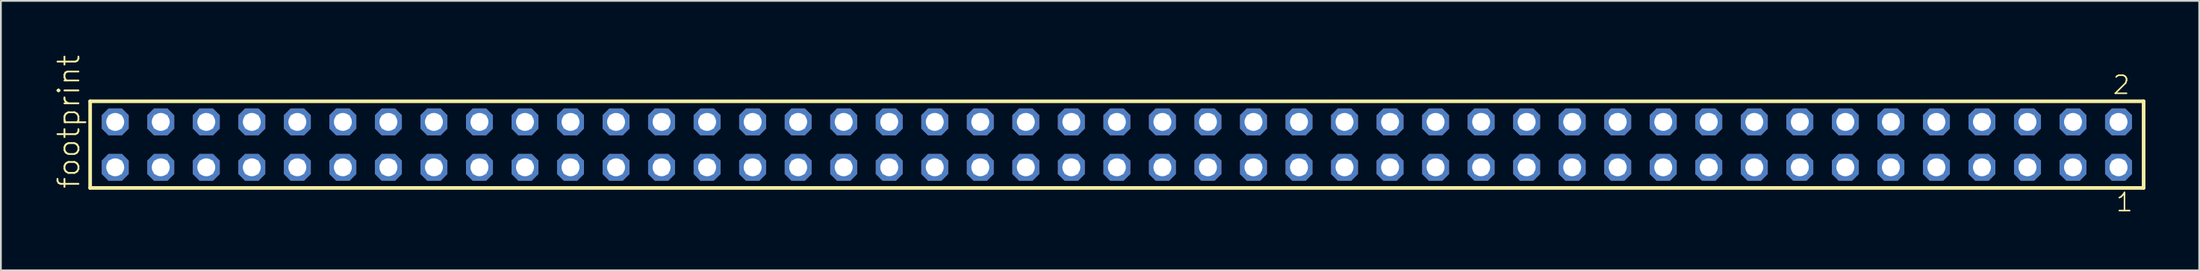
<source format=kicad_pcb>
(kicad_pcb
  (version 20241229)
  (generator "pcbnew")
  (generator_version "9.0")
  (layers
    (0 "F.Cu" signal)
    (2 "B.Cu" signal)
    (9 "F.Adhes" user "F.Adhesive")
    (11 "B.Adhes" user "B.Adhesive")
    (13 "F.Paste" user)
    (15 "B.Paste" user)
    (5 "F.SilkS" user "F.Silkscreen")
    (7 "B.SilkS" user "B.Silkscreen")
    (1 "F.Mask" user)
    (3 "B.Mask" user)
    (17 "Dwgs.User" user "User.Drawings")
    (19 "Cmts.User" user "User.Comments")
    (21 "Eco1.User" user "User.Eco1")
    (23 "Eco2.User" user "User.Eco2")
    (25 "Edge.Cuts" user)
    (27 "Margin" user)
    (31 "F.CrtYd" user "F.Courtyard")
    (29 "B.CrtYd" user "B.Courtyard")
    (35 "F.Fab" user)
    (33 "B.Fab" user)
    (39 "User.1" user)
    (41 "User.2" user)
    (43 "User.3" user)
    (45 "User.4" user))
  (footprint "footprint"
    (layer "F.Cu")
    (at 59.258 5.042)
    (property "Reference" "footprint" (at -57.785 2.54 90) (layer "F.SilkS") (effects (font (size 1.168 1.168) (thickness 0.102)) (justify left bottom)))
    (fp_line (start -57.279 -2.425) (end 57.279 -2.425) (stroke (width 0.203) (type solid)) (layer "F.SilkS"))
    (fp_line (start -57.279 2.425) (end -57.279 -2.425) (stroke (width 0.203) (type solid)) (layer "F.SilkS"))
    (fp_line (start 57.279 -2.425) (end 57.279 2.425) (stroke (width 0.203) (type solid)) (layer "F.SilkS"))
    (fp_line (start 57.279 2.425) (end -57.279 2.425) (stroke (width 0.203) (type solid)) (layer "F.SilkS"))
    (fp_poly (pts (xy -56.23 -0.92) (xy -55.53 -0.92) (xy -55.53 -1.62) (xy -56.23 -1.62)) (stroke (width 0.1) (type solid)) (fill no) (layer "F.Fab"))
    (fp_poly (pts (xy -56.23 1.62) (xy -55.53 1.62) (xy -55.53 0.92) (xy -56.23 0.92)) (stroke (width 0.1) (type solid)) (fill no) (layer "F.Fab"))
    (fp_poly (pts (xy -53.69 -0.92) (xy -52.99 -0.92) (xy -52.99 -1.62) (xy -53.69 -1.62)) (stroke (width 0.1) (type solid)) (fill no) (layer "F.Fab"))
    (fp_poly (pts (xy -53.69 1.62) (xy -52.99 1.62) (xy -52.99 0.92) (xy -53.69 0.92)) (stroke (width 0.1) (type solid)) (fill no) (layer "F.Fab"))
    (fp_poly (pts (xy -51.15 -0.92) (xy -50.45 -0.92) (xy -50.45 -1.62) (xy -51.15 -1.62)) (stroke (width 0.1) (type solid)) (fill no) (layer "F.Fab"))
    (fp_poly (pts (xy -51.15 1.62) (xy -50.45 1.62) (xy -50.45 0.92) (xy -51.15 0.92)) (stroke (width 0.1) (type solid)) (fill no) (layer "F.Fab"))
    (fp_poly (pts (xy -48.61 -0.92) (xy -47.91 -0.92) (xy -47.91 -1.62) (xy -48.61 -1.62)) (stroke (width 0.1) (type solid)) (fill no) (layer "F.Fab"))
    (fp_poly (pts (xy -48.61 1.62) (xy -47.91 1.62) (xy -47.91 0.92) (xy -48.61 0.92)) (stroke (width 0.1) (type solid)) (fill no) (layer "F.Fab"))
    (fp_poly (pts (xy -46.07 -0.92) (xy -45.37 -0.92) (xy -45.37 -1.62) (xy -46.07 -1.62)) (stroke (width 0.1) (type solid)) (fill no) (layer "F.Fab"))
    (fp_poly (pts (xy -46.07 1.62) (xy -45.37 1.62) (xy -45.37 0.92) (xy -46.07 0.92)) (stroke (width 0.1) (type solid)) (fill no) (layer "F.Fab"))
    (fp_poly (pts (xy -43.53 -0.92) (xy -42.83 -0.92) (xy -42.83 -1.62) (xy -43.53 -1.62)) (stroke (width 0.1) (type solid)) (fill no) (layer "F.Fab"))
    (fp_poly (pts (xy -43.53 1.62) (xy -42.83 1.62) (xy -42.83 0.92) (xy -43.53 0.92)) (stroke (width 0.1) (type solid)) (fill no) (layer "F.Fab"))
    (fp_poly (pts (xy -40.99 -0.92) (xy -40.29 -0.92) (xy -40.29 -1.62) (xy -40.99 -1.62)) (stroke (width 0.1) (type solid)) (fill no) (layer "F.Fab"))
    (fp_poly (pts (xy -40.99 1.62) (xy -40.29 1.62) (xy -40.29 0.92) (xy -40.99 0.92)) (stroke (width 0.1) (type solid)) (fill no) (layer "F.Fab"))
    (fp_poly (pts (xy -38.45 -0.92) (xy -37.75 -0.92) (xy -37.75 -1.62) (xy -38.45 -1.62)) (stroke (width 0.1) (type solid)) (fill no) (layer "F.Fab"))
    (fp_poly (pts (xy -38.45 1.62) (xy -37.75 1.62) (xy -37.75 0.92) (xy -38.45 0.92)) (stroke (width 0.1) (type solid)) (fill no) (layer "F.Fab"))
    (fp_poly (pts (xy -35.91 -0.92) (xy -35.21 -0.92) (xy -35.21 -1.62) (xy -35.91 -1.62)) (stroke (width 0.1) (type solid)) (fill no) (layer "F.Fab"))
    (fp_poly (pts (xy -35.91 1.62) (xy -35.21 1.62) (xy -35.21 0.92) (xy -35.91 0.92)) (stroke (width 0.1) (type solid)) (fill no) (layer "F.Fab"))
    (fp_poly (pts (xy -33.37 -0.92) (xy -32.67 -0.92) (xy -32.67 -1.62) (xy -33.37 -1.62)) (stroke (width 0.1) (type solid)) (fill no) (layer "F.Fab"))
    (fp_poly (pts (xy -33.37 1.62) (xy -32.67 1.62) (xy -32.67 0.92) (xy -33.37 0.92)) (stroke (width 0.1) (type solid)) (fill no) (layer "F.Fab"))
    (fp_poly (pts (xy -30.83 -0.92) (xy -30.13 -0.92) (xy -30.13 -1.62) (xy -30.83 -1.62)) (stroke (width 0.1) (type solid)) (fill no) (layer "F.Fab"))
    (fp_poly (pts (xy -30.83 1.62) (xy -30.13 1.62) (xy -30.13 0.92) (xy -30.83 0.92)) (stroke (width 0.1) (type solid)) (fill no) (layer "F.Fab"))
    (fp_poly (pts (xy -28.29 -0.92) (xy -27.59 -0.92) (xy -27.59 -1.62) (xy -28.29 -1.62)) (stroke (width 0.1) (type solid)) (fill no) (layer "F.Fab"))
    (fp_poly (pts (xy -28.29 1.62) (xy -27.59 1.62) (xy -27.59 0.92) (xy -28.29 0.92)) (stroke (width 0.1) (type solid)) (fill no) (layer "F.Fab"))
    (fp_poly (pts (xy -25.75 -0.92) (xy -25.05 -0.92) (xy -25.05 -1.62) (xy -25.75 -1.62)) (stroke (width 0.1) (type solid)) (fill no) (layer "F.Fab"))
    (fp_poly (pts (xy -25.75 1.62) (xy -25.05 1.62) (xy -25.05 0.92) (xy -25.75 0.92)) (stroke (width 0.1) (type solid)) (fill no) (layer "F.Fab"))
    (fp_poly (pts (xy -23.21 -0.92) (xy -22.51 -0.92) (xy -22.51 -1.62) (xy -23.21 -1.62)) (stroke (width 0.1) (type solid)) (fill no) (layer "F.Fab"))
    (fp_poly (pts (xy -23.21 1.62) (xy -22.51 1.62) (xy -22.51 0.92) (xy -23.21 0.92)) (stroke (width 0.1) (type solid)) (fill no) (layer "F.Fab"))
    (fp_poly (pts (xy -20.67 -0.92) (xy -19.97 -0.92) (xy -19.97 -1.62) (xy -20.67 -1.62)) (stroke (width 0.1) (type solid)) (fill no) (layer "F.Fab"))
    (fp_poly (pts (xy -20.67 1.62) (xy -19.97 1.62) (xy -19.97 0.92) (xy -20.67 0.92)) (stroke (width 0.1) (type solid)) (fill no) (layer "F.Fab"))
    (fp_poly (pts (xy -18.13 -0.92) (xy -17.43 -0.92) (xy -17.43 -1.62) (xy -18.13 -1.62)) (stroke (width 0.1) (type solid)) (fill no) (layer "F.Fab"))
    (fp_poly (pts (xy -18.13 1.62) (xy -17.43 1.62) (xy -17.43 0.92) (xy -18.13 0.92)) (stroke (width 0.1) (type solid)) (fill no) (layer "F.Fab"))
    (fp_poly (pts (xy -15.59 -0.92) (xy -14.89 -0.92) (xy -14.89 -1.62) (xy -15.59 -1.62)) (stroke (width 0.1) (type solid)) (fill no) (layer "F.Fab"))
    (fp_poly (pts (xy -15.59 1.62) (xy -14.89 1.62) (xy -14.89 0.92) (xy -15.59 0.92)) (stroke (width 0.1) (type solid)) (fill no) (layer "F.Fab"))
    (fp_poly (pts (xy -13.05 -0.92) (xy -12.35 -0.92) (xy -12.35 -1.62) (xy -13.05 -1.62)) (stroke (width 0.1) (type solid)) (fill no) (layer "F.Fab"))
    (fp_poly (pts (xy -13.05 1.62) (xy -12.35 1.62) (xy -12.35 0.92) (xy -13.05 0.92)) (stroke (width 0.1) (type solid)) (fill no) (layer "F.Fab"))
    (fp_poly (pts (xy -10.51 -0.92) (xy -9.81 -0.92) (xy -9.81 -1.62) (xy -10.51 -1.62)) (stroke (width 0.1) (type solid)) (fill no) (layer "F.Fab"))
    (fp_poly (pts (xy -10.51 1.62) (xy -9.81 1.62) (xy -9.81 0.92) (xy -10.51 0.92)) (stroke (width 0.1) (type solid)) (fill no) (layer "F.Fab"))
    (fp_poly (pts (xy -7.97 -0.92) (xy -7.27 -0.92) (xy -7.27 -1.62) (xy -7.97 -1.62)) (stroke (width 0.1) (type solid)) (fill no) (layer "F.Fab"))
    (fp_poly (pts (xy -7.97 1.62) (xy -7.27 1.62) (xy -7.27 0.92) (xy -7.97 0.92)) (stroke (width 0.1) (type solid)) (fill no) (layer "F.Fab"))
    (fp_poly (pts (xy -5.43 -0.92) (xy -4.73 -0.92) (xy -4.73 -1.62) (xy -5.43 -1.62)) (stroke (width 0.1) (type solid)) (fill no) (layer "F.Fab"))
    (fp_poly (pts (xy -5.43 1.62) (xy -4.73 1.62) (xy -4.73 0.92) (xy -5.43 0.92)) (stroke (width 0.1) (type solid)) (fill no) (layer "F.Fab"))
    (fp_poly (pts (xy -2.89 -0.92) (xy -2.19 -0.92) (xy -2.19 -1.62) (xy -2.89 -1.62)) (stroke (width 0.1) (type solid)) (fill no) (layer "F.Fab"))
    (fp_poly (pts (xy -2.89 1.62) (xy -2.19 1.62) (xy -2.19 0.92) (xy -2.89 0.92)) (stroke (width 0.1) (type solid)) (fill no) (layer "F.Fab"))
    (fp_poly (pts (xy -0.35 -0.92) (xy 0.35 -0.92) (xy 0.35 -1.62) (xy -0.35 -1.62)) (stroke (width 0.1) (type solid)) (fill no) (layer "F.Fab"))
    (fp_poly (pts (xy -0.35 1.62) (xy 0.35 1.62) (xy 0.35 0.92) (xy -0.35 0.92)) (stroke (width 0.1) (type solid)) (fill no) (layer "F.Fab"))
    (fp_poly (pts (xy 2.19 -0.92) (xy 2.89 -0.92) (xy 2.89 -1.62) (xy 2.19 -1.62)) (stroke (width 0.1) (type solid)) (fill no) (layer "F.Fab"))
    (fp_poly (pts (xy 2.19 1.62) (xy 2.89 1.62) (xy 2.89 0.92) (xy 2.19 0.92)) (stroke (width 0.1) (type solid)) (fill no) (layer "F.Fab"))
    (fp_poly (pts (xy 4.73 -0.92) (xy 5.43 -0.92) (xy 5.43 -1.62) (xy 4.73 -1.62)) (stroke (width 0.1) (type solid)) (fill no) (layer "F.Fab"))
    (fp_poly (pts (xy 4.73 1.62) (xy 5.43 1.62) (xy 5.43 0.92) (xy 4.73 0.92)) (stroke (width 0.1) (type solid)) (fill no) (layer "F.Fab"))
    (fp_poly (pts (xy 7.27 -0.92) (xy 7.97 -0.92) (xy 7.97 -1.62) (xy 7.27 -1.62)) (stroke (width 0.1) (type solid)) (fill no) (layer "F.Fab"))
    (fp_poly (pts (xy 7.27 1.62) (xy 7.97 1.62) (xy 7.97 0.92) (xy 7.27 0.92)) (stroke (width 0.1) (type solid)) (fill no) (layer "F.Fab"))
    (fp_poly (pts (xy 9.81 -0.92) (xy 10.51 -0.92) (xy 10.51 -1.62) (xy 9.81 -1.62)) (stroke (width 0.1) (type solid)) (fill no) (layer "F.Fab"))
    (fp_poly (pts (xy 9.81 1.62) (xy 10.51 1.62) (xy 10.51 0.92) (xy 9.81 0.92)) (stroke (width 0.1) (type solid)) (fill no) (layer "F.Fab"))
    (fp_poly (pts (xy 12.35 -0.92) (xy 13.05 -0.92) (xy 13.05 -1.62) (xy 12.35 -1.62)) (stroke (width 0.1) (type solid)) (fill no) (layer "F.Fab"))
    (fp_poly (pts (xy 12.35 1.62) (xy 13.05 1.62) (xy 13.05 0.92) (xy 12.35 0.92)) (stroke (width 0.1) (type solid)) (fill no) (layer "F.Fab"))
    (fp_poly (pts (xy 14.89 -0.92) (xy 15.59 -0.92) (xy 15.59 -1.62) (xy 14.89 -1.62)) (stroke (width 0.1) (type solid)) (fill no) (layer "F.Fab"))
    (fp_poly (pts (xy 14.89 1.62) (xy 15.59 1.62) (xy 15.59 0.92) (xy 14.89 0.92)) (stroke (width 0.1) (type solid)) (fill no) (layer "F.Fab"))
    (fp_poly (pts (xy 17.43 -0.92) (xy 18.13 -0.92) (xy 18.13 -1.62) (xy 17.43 -1.62)) (stroke (width 0.1) (type solid)) (fill no) (layer "F.Fab"))
    (fp_poly (pts (xy 17.43 1.62) (xy 18.13 1.62) (xy 18.13 0.92) (xy 17.43 0.92)) (stroke (width 0.1) (type solid)) (fill no) (layer "F.Fab"))
    (fp_poly (pts (xy 19.97 -0.92) (xy 20.67 -0.92) (xy 20.67 -1.62) (xy 19.97 -1.62)) (stroke (width 0.1) (type solid)) (fill no) (layer "F.Fab"))
    (fp_poly (pts (xy 19.97 1.62) (xy 20.67 1.62) (xy 20.67 0.92) (xy 19.97 0.92)) (stroke (width 0.1) (type solid)) (fill no) (layer "F.Fab"))
    (fp_poly (pts (xy 22.51 -0.92) (xy 23.21 -0.92) (xy 23.21 -1.62) (xy 22.51 -1.62)) (stroke (width 0.1) (type solid)) (fill no) (layer "F.Fab"))
    (fp_poly (pts (xy 22.51 1.62) (xy 23.21 1.62) (xy 23.21 0.92) (xy 22.51 0.92)) (stroke (width 0.1) (type solid)) (fill no) (layer "F.Fab"))
    (fp_poly (pts (xy 25.05 -0.92) (xy 25.75 -0.92) (xy 25.75 -1.62) (xy 25.05 -1.62)) (stroke (width 0.1) (type solid)) (fill no) (layer "F.Fab"))
    (fp_poly (pts (xy 25.05 1.62) (xy 25.75 1.62) (xy 25.75 0.92) (xy 25.05 0.92)) (stroke (width 0.1) (type solid)) (fill no) (layer "F.Fab"))
    (fp_poly (pts (xy 27.59 -0.92) (xy 28.29 -0.92) (xy 28.29 -1.62) (xy 27.59 -1.62)) (stroke (width 0.1) (type solid)) (fill no) (layer "F.Fab"))
    (fp_poly (pts (xy 27.59 1.62) (xy 28.29 1.62) (xy 28.29 0.92) (xy 27.59 0.92)) (stroke (width 0.1) (type solid)) (fill no) (layer "F.Fab"))
    (fp_poly (pts (xy 30.13 -0.92) (xy 30.83 -0.92) (xy 30.83 -1.62) (xy 30.13 -1.62)) (stroke (width 0.1) (type solid)) (fill no) (layer "F.Fab"))
    (fp_poly (pts (xy 30.13 1.62) (xy 30.83 1.62) (xy 30.83 0.92) (xy 30.13 0.92)) (stroke (width 0.1) (type solid)) (fill no) (layer "F.Fab"))
    (fp_poly (pts (xy 32.67 -0.92) (xy 33.37 -0.92) (xy 33.37 -1.62) (xy 32.67 -1.62)) (stroke (width 0.1) (type solid)) (fill no) (layer "F.Fab"))
    (fp_poly (pts (xy 32.67 1.62) (xy 33.37 1.62) (xy 33.37 0.92) (xy 32.67 0.92)) (stroke (width 0.1) (type solid)) (fill no) (layer "F.Fab"))
    (fp_poly (pts (xy 35.21 -0.92) (xy 35.91 -0.92) (xy 35.91 -1.62) (xy 35.21 -1.62)) (stroke (width 0.1) (type solid)) (fill no) (layer "F.Fab"))
    (fp_poly (pts (xy 35.21 1.62) (xy 35.91 1.62) (xy 35.91 0.92) (xy 35.21 0.92)) (stroke (width 0.1) (type solid)) (fill no) (layer "F.Fab"))
    (fp_poly (pts (xy 37.75 -0.92) (xy 38.45 -0.92) (xy 38.45 -1.62) (xy 37.75 -1.62)) (stroke (width 0.1) (type solid)) (fill no) (layer "F.Fab"))
    (fp_poly (pts (xy 37.75 1.62) (xy 38.45 1.62) (xy 38.45 0.92) (xy 37.75 0.92)) (stroke (width 0.1) (type solid)) (fill no) (layer "F.Fab"))
    (fp_poly (pts (xy 40.29 -0.92) (xy 40.99 -0.92) (xy 40.99 -1.62) (xy 40.29 -1.62)) (stroke (width 0.1) (type solid)) (fill no) (layer "F.Fab"))
    (fp_poly (pts (xy 40.29 1.62) (xy 40.99 1.62) (xy 40.99 0.92) (xy 40.29 0.92)) (stroke (width 0.1) (type solid)) (fill no) (layer "F.Fab"))
    (fp_poly (pts (xy 42.83 -0.92) (xy 43.53 -0.92) (xy 43.53 -1.62) (xy 42.83 -1.62)) (stroke (width 0.1) (type solid)) (fill no) (layer "F.Fab"))
    (fp_poly (pts (xy 42.83 1.62) (xy 43.53 1.62) (xy 43.53 0.92) (xy 42.83 0.92)) (stroke (width 0.1) (type solid)) (fill no) (layer "F.Fab"))
    (fp_poly (pts (xy 45.37 -0.92) (xy 46.07 -0.92) (xy 46.07 -1.62) (xy 45.37 -1.62)) (stroke (width 0.1) (type solid)) (fill no) (layer "F.Fab"))
    (fp_poly (pts (xy 45.37 1.62) (xy 46.07 1.62) (xy 46.07 0.92) (xy 45.37 0.92)) (stroke (width 0.1) (type solid)) (fill no) (layer "F.Fab"))
    (fp_poly (pts (xy 47.91 -0.92) (xy 48.61 -0.92) (xy 48.61 -1.62) (xy 47.91 -1.62)) (stroke (width 0.1) (type solid)) (fill no) (layer "F.Fab"))
    (fp_poly (pts (xy 47.91 1.62) (xy 48.61 1.62) (xy 48.61 0.92) (xy 47.91 0.92)) (stroke (width 0.1) (type solid)) (fill no) (layer "F.Fab"))
    (fp_poly (pts (xy 50.45 -0.92) (xy 51.15 -0.92) (xy 51.15 -1.62) (xy 50.45 -1.62)) (stroke (width 0.1) (type solid)) (fill no) (layer "F.Fab"))
    (fp_poly (pts (xy 50.45 1.62) (xy 51.15 1.62) (xy 51.15 0.92) (xy 50.45 0.92)) (stroke (width 0.1) (type solid)) (fill no) (layer "F.Fab"))
    (fp_poly (pts (xy 52.99 -0.92) (xy 53.69 -0.92) (xy 53.69 -1.62) (xy 52.99 -1.62)) (stroke (width 0.1) (type solid)) (fill no) (layer "F.Fab"))
    (fp_poly (pts (xy 52.99 1.62) (xy 53.69 1.62) (xy 53.69 0.92) (xy 52.99 0.92)) (stroke (width 0.1) (type solid)) (fill no) (layer "F.Fab"))
    (fp_poly (pts (xy 55.53 -0.92) (xy 56.23 -0.92) (xy 56.23 -1.62) (xy 55.53 -1.62)) (stroke (width 0.1) (type solid)) (fill no) (layer "F.Fab"))
    (fp_poly (pts (xy 55.53 1.62) (xy 56.23 1.62) (xy 56.23 0.92) (xy 55.53 0.92)) (stroke (width 0.1) (type solid)) (fill no) (layer "F.Fab"))
    (fp_text user "2" (at 55.497 -2.744 0) (layer "F.SilkS") (effects (font (size 1.012 1.012) (thickness 0.088)) (justify left bottom)))
    (fp_text user "1" (at 55.672 3.818 0) (layer "F.SilkS") (effects (font (size 1.012 1.012) (thickness 0.088)) (justify left bottom)))
    (pad "1" thru_hole roundrect (at 55.88 1.27 180) (size 1.5 1.5) (drill 1) (layers "*.Cu" "*.Mask") (roundrect_rratio 0.25) (chamfer_ratio 0.25) (chamfer top_left top_right bottom_left bottom_right))
    (pad "2" thru_hole roundrect (at 55.88 -1.27 180) (size 1.5 1.5) (drill 1) (layers "*.Cu" "*.Mask") (roundrect_rratio 0.25) (chamfer_ratio 0.25) (chamfer top_left top_right bottom_left bottom_right))
    (pad "3" thru_hole roundrect (at 53.34 1.27 180) (size 1.5 1.5) (drill 1) (layers "*.Cu" "*.Mask") (roundrect_rratio 0.25) (chamfer_ratio 0.25) (chamfer top_left top_right bottom_left bottom_right))
    (pad "4" thru_hole roundrect (at 53.34 -1.27 180) (size 1.5 1.5) (drill 1) (layers "*.Cu" "*.Mask") (roundrect_rratio 0.25) (chamfer_ratio 0.25) (chamfer top_left top_right bottom_left bottom_right))
    (pad "5" thru_hole roundrect (at 50.8 1.27 180) (size 1.5 1.5) (drill 1) (layers "*.Cu" "*.Mask") (roundrect_rratio 0.25) (chamfer_ratio 0.25) (chamfer top_left top_right bottom_left bottom_right))
    (pad "6" thru_hole roundrect (at 50.8 -1.27 180) (size 1.5 1.5) (drill 1) (layers "*.Cu" "*.Mask") (roundrect_rratio 0.25) (chamfer_ratio 0.25) (chamfer top_left top_right bottom_left bottom_right))
    (pad "7" thru_hole roundrect (at 48.26 1.27 180) (size 1.5 1.5) (drill 1) (layers "*.Cu" "*.Mask") (roundrect_rratio 0.25) (chamfer_ratio 0.25) (chamfer top_left top_right bottom_left bottom_right))
    (pad "8" thru_hole roundrect (at 48.26 -1.27 180) (size 1.5 1.5) (drill 1) (layers "*.Cu" "*.Mask") (roundrect_rratio 0.25) (chamfer_ratio 0.25) (chamfer top_left top_right bottom_left bottom_right))
    (pad "9" thru_hole roundrect (at 45.72 1.27 180) (size 1.5 1.5) (drill 1) (layers "*.Cu" "*.Mask") (roundrect_rratio 0.25) (chamfer_ratio 0.25) (chamfer top_left top_right bottom_left bottom_right))
    (pad "10" thru_hole roundrect (at 45.72 -1.27 180) (size 1.5 1.5) (drill 1) (layers "*.Cu" "*.Mask") (roundrect_rratio 0.25) (chamfer_ratio 0.25) (chamfer top_left top_right bottom_left bottom_right))
    (pad "11" thru_hole roundrect (at 43.18 1.27 180) (size 1.5 1.5) (drill 1) (layers "*.Cu" "*.Mask") (roundrect_rratio 0.25) (chamfer_ratio 0.25) (chamfer top_left top_right bottom_left bottom_right))
    (pad "12" thru_hole roundrect (at 43.18 -1.27 180) (size 1.5 1.5) (drill 1) (layers "*.Cu" "*.Mask") (roundrect_rratio 0.25) (chamfer_ratio 0.25) (chamfer top_left top_right bottom_left bottom_right))
    (pad "13" thru_hole roundrect (at 40.64 1.27 180) (size 1.5 1.5) (drill 1) (layers "*.Cu" "*.Mask") (roundrect_rratio 0.25) (chamfer_ratio 0.25) (chamfer top_left top_right bottom_left bottom_right))
    (pad "14" thru_hole roundrect (at 40.64 -1.27 180) (size 1.5 1.5) (drill 1) (layers "*.Cu" "*.Mask") (roundrect_rratio 0.25) (chamfer_ratio 0.25) (chamfer top_left top_right bottom_left bottom_right))
    (pad "15" thru_hole roundrect (at 38.1 1.27 180) (size 1.5 1.5) (drill 1) (layers "*.Cu" "*.Mask") (roundrect_rratio 0.25) (chamfer_ratio 0.25) (chamfer top_left top_right bottom_left bottom_right))
    (pad "16" thru_hole roundrect (at 38.1 -1.27 180) (size 1.5 1.5) (drill 1) (layers "*.Cu" "*.Mask") (roundrect_rratio 0.25) (chamfer_ratio 0.25) (chamfer top_left top_right bottom_left bottom_right))
    (pad "17" thru_hole roundrect (at 35.56 1.27 180) (size 1.5 1.5) (drill 1) (layers "*.Cu" "*.Mask") (roundrect_rratio 0.25) (chamfer_ratio 0.25) (chamfer top_left top_right bottom_left bottom_right))
    (pad "18" thru_hole roundrect (at 35.56 -1.27 180) (size 1.5 1.5) (drill 1) (layers "*.Cu" "*.Mask") (roundrect_rratio 0.25) (chamfer_ratio 0.25) (chamfer top_left top_right bottom_left bottom_right))
    (pad "19" thru_hole roundrect (at 33.02 1.27 180) (size 1.5 1.5) (drill 1) (layers "*.Cu" "*.Mask") (roundrect_rratio 0.25) (chamfer_ratio 0.25) (chamfer top_left top_right bottom_left bottom_right))
    (pad "20" thru_hole roundrect (at 33.02 -1.27 180) (size 1.5 1.5) (drill 1) (layers "*.Cu" "*.Mask") (roundrect_rratio 0.25) (chamfer_ratio 0.25) (chamfer top_left top_right bottom_left bottom_right))
    (pad "21" thru_hole roundrect (at 30.48 1.27 180) (size 1.5 1.5) (drill 1) (layers "*.Cu" "*.Mask") (roundrect_rratio 0.25) (chamfer_ratio 0.25) (chamfer top_left top_right bottom_left bottom_right))
    (pad "22" thru_hole roundrect (at 30.48 -1.27 180) (size 1.5 1.5) (drill 1) (layers "*.Cu" "*.Mask") (roundrect_rratio 0.25) (chamfer_ratio 0.25) (chamfer top_left top_right bottom_left bottom_right))
    (pad "23" thru_hole roundrect (at 27.94 1.27 180) (size 1.5 1.5) (drill 1) (layers "*.Cu" "*.Mask") (roundrect_rratio 0.25) (chamfer_ratio 0.25) (chamfer top_left top_right bottom_left bottom_right))
    (pad "24" thru_hole roundrect (at 27.94 -1.27 180) (size 1.5 1.5) (drill 1) (layers "*.Cu" "*.Mask") (roundrect_rratio 0.25) (chamfer_ratio 0.25) (chamfer top_left top_right bottom_left bottom_right))
    (pad "25" thru_hole roundrect (at 25.4 1.27 180) (size 1.5 1.5) (drill 1) (layers "*.Cu" "*.Mask") (roundrect_rratio 0.25) (chamfer_ratio 0.25) (chamfer top_left top_right bottom_left bottom_right))
    (pad "26" thru_hole roundrect (at 25.4 -1.27 180) (size 1.5 1.5) (drill 1) (layers "*.Cu" "*.Mask") (roundrect_rratio 0.25) (chamfer_ratio 0.25) (chamfer top_left top_right bottom_left bottom_right))
    (pad "27" thru_hole roundrect (at 22.86 1.27 180) (size 1.5 1.5) (drill 1) (layers "*.Cu" "*.Mask") (roundrect_rratio 0.25) (chamfer_ratio 0.25) (chamfer top_left top_right bottom_left bottom_right))
    (pad "28" thru_hole roundrect (at 22.86 -1.27 180) (size 1.5 1.5) (drill 1) (layers "*.Cu" "*.Mask") (roundrect_rratio 0.25) (chamfer_ratio 0.25) (chamfer top_left top_right bottom_left bottom_right))
    (pad "29" thru_hole roundrect (at 20.32 1.27 180) (size 1.5 1.5) (drill 1) (layers "*.Cu" "*.Mask") (roundrect_rratio 0.25) (chamfer_ratio 0.25) (chamfer top_left top_right bottom_left bottom_right))
    (pad "30" thru_hole roundrect (at 20.32 -1.27 180) (size 1.5 1.5) (drill 1) (layers "*.Cu" "*.Mask") (roundrect_rratio 0.25) (chamfer_ratio 0.25) (chamfer top_left top_right bottom_left bottom_right))
    (pad "31" thru_hole roundrect (at 17.78 1.27 180) (size 1.5 1.5) (drill 1) (layers "*.Cu" "*.Mask") (roundrect_rratio 0.25) (chamfer_ratio 0.25) (chamfer top_left top_right bottom_left bottom_right))
    (pad "32" thru_hole roundrect (at 17.78 -1.27 180) (size 1.5 1.5) (drill 1) (layers "*.Cu" "*.Mask") (roundrect_rratio 0.25) (chamfer_ratio 0.25) (chamfer top_left top_right bottom_left bottom_right))
    (pad "33" thru_hole roundrect (at 15.24 1.27 180) (size 1.5 1.5) (drill 1) (layers "*.Cu" "*.Mask") (roundrect_rratio 0.25) (chamfer_ratio 0.25) (chamfer top_left top_right bottom_left bottom_right))
    (pad "34" thru_hole roundrect (at 15.24 -1.27 180) (size 1.5 1.5) (drill 1) (layers "*.Cu" "*.Mask") (roundrect_rratio 0.25) (chamfer_ratio 0.25) (chamfer top_left top_right bottom_left bottom_right))
    (pad "35" thru_hole roundrect (at 12.7 1.27 180) (size 1.5 1.5) (drill 1) (layers "*.Cu" "*.Mask") (roundrect_rratio 0.25) (chamfer_ratio 0.25) (chamfer top_left top_right bottom_left bottom_right))
    (pad "36" thru_hole roundrect (at 12.7 -1.27 180) (size 1.5 1.5) (drill 1) (layers "*.Cu" "*.Mask") (roundrect_rratio 0.25) (chamfer_ratio 0.25) (chamfer top_left top_right bottom_left bottom_right))
    (pad "37" thru_hole roundrect (at 10.16 1.27 180) (size 1.5 1.5) (drill 1) (layers "*.Cu" "*.Mask") (roundrect_rratio 0.25) (chamfer_ratio 0.25) (chamfer top_left top_right bottom_left bottom_right))
    (pad "38" thru_hole roundrect (at 10.16 -1.27 180) (size 1.5 1.5) (drill 1) (layers "*.Cu" "*.Mask") (roundrect_rratio 0.25) (chamfer_ratio 0.25) (chamfer top_left top_right bottom_left bottom_right))
    (pad "39" thru_hole roundrect (at 7.62 1.27 180) (size 1.5 1.5) (drill 1) (layers "*.Cu" "*.Mask") (roundrect_rratio 0.25) (chamfer_ratio 0.25) (chamfer top_left top_right bottom_left bottom_right))
    (pad "40" thru_hole roundrect (at 7.62 -1.27 180) (size 1.5 1.5) (drill 1) (layers "*.Cu" "*.Mask") (roundrect_rratio 0.25) (chamfer_ratio 0.25) (chamfer top_left top_right bottom_left bottom_right))
    (pad "41" thru_hole roundrect (at 5.08 1.27 180) (size 1.5 1.5) (drill 1) (layers "*.Cu" "*.Mask") (roundrect_rratio 0.25) (chamfer_ratio 0.25) (chamfer top_left top_right bottom_left bottom_right))
    (pad "42" thru_hole roundrect (at 5.08 -1.27 180) (size 1.5 1.5) (drill 1) (layers "*.Cu" "*.Mask") (roundrect_rratio 0.25) (chamfer_ratio 0.25) (chamfer top_left top_right bottom_left bottom_right))
    (pad "43" thru_hole roundrect (at 2.54 1.27 180) (size 1.5 1.5) (drill 1) (layers "*.Cu" "*.Mask") (roundrect_rratio 0.25) (chamfer_ratio 0.25) (chamfer top_left top_right bottom_left bottom_right))
    (pad "44" thru_hole roundrect (at 2.54 -1.27 180) (size 1.5 1.5) (drill 1) (layers "*.Cu" "*.Mask") (roundrect_rratio 0.25) (chamfer_ratio 0.25) (chamfer top_left top_right bottom_left bottom_right))
    (pad "45" thru_hole roundrect (at 0 1.27 180) (size 1.5 1.5) (drill 1) (layers "*.Cu" "*.Mask") (roundrect_rratio 0.25) (chamfer_ratio 0.25) (chamfer top_left top_right bottom_left bottom_right))
    (pad "46" thru_hole roundrect (at 0 -1.27 180) (size 1.5 1.5) (drill 1) (layers "*.Cu" "*.Mask") (roundrect_rratio 0.25) (chamfer_ratio 0.25) (chamfer top_left top_right bottom_left bottom_right))
    (pad "47" thru_hole roundrect (at -2.54 1.27 180) (size 1.5 1.5) (drill 1) (layers "*.Cu" "*.Mask") (roundrect_rratio 0.25) (chamfer_ratio 0.25) (chamfer top_left top_right bottom_left bottom_right))
    (pad "48" thru_hole roundrect (at -2.54 -1.27 180) (size 1.5 1.5) (drill 1) (layers "*.Cu" "*.Mask") (roundrect_rratio 0.25) (chamfer_ratio 0.25) (chamfer top_left top_right bottom_left bottom_right))
    (pad "49" thru_hole roundrect (at -5.08 1.27 180) (size 1.5 1.5) (drill 1) (layers "*.Cu" "*.Mask") (roundrect_rratio 0.25) (chamfer_ratio 0.25) (chamfer top_left top_right bottom_left bottom_right))
    (pad "50" thru_hole roundrect (at -5.08 -1.27 180) (size 1.5 1.5) (drill 1) (layers "*.Cu" "*.Mask") (roundrect_rratio 0.25) (chamfer_ratio 0.25) (chamfer top_left top_right bottom_left bottom_right))
    (pad "51" thru_hole roundrect (at -7.62 1.27 180) (size 1.5 1.5) (drill 1) (layers "*.Cu" "*.Mask") (roundrect_rratio 0.25) (chamfer_ratio 0.25) (chamfer top_left top_right bottom_left bottom_right))
    (pad "52" thru_hole roundrect (at -7.62 -1.27 180) (size 1.5 1.5) (drill 1) (layers "*.Cu" "*.Mask") (roundrect_rratio 0.25) (chamfer_ratio 0.25) (chamfer top_left top_right bottom_left bottom_right))
    (pad "53" thru_hole roundrect (at -10.16 1.27 180) (size 1.5 1.5) (drill 1) (layers "*.Cu" "*.Mask") (roundrect_rratio 0.25) (chamfer_ratio 0.25) (chamfer top_left top_right bottom_left bottom_right))
    (pad "54" thru_hole roundrect (at -10.16 -1.27 180) (size 1.5 1.5) (drill 1) (layers "*.Cu" "*.Mask") (roundrect_rratio 0.25) (chamfer_ratio 0.25) (chamfer top_left top_right bottom_left bottom_right))
    (pad "55" thru_hole roundrect (at -12.7 1.27 180) (size 1.5 1.5) (drill 1) (layers "*.Cu" "*.Mask") (roundrect_rratio 0.25) (chamfer_ratio 0.25) (chamfer top_left top_right bottom_left bottom_right))
    (pad "56" thru_hole roundrect (at -12.7 -1.27 180) (size 1.5 1.5) (drill 1) (layers "*.Cu" "*.Mask") (roundrect_rratio 0.25) (chamfer_ratio 0.25) (chamfer top_left top_right bottom_left bottom_right))
    (pad "57" thru_hole roundrect (at -15.24 1.27 180) (size 1.5 1.5) (drill 1) (layers "*.Cu" "*.Mask") (roundrect_rratio 0.25) (chamfer_ratio 0.25) (chamfer top_left top_right bottom_left bottom_right))
    (pad "58" thru_hole roundrect (at -15.24 -1.27 180) (size 1.5 1.5) (drill 1) (layers "*.Cu" "*.Mask") (roundrect_rratio 0.25) (chamfer_ratio 0.25) (chamfer top_left top_right bottom_left bottom_right))
    (pad "59" thru_hole roundrect (at -17.78 1.27 180) (size 1.5 1.5) (drill 1) (layers "*.Cu" "*.Mask") (roundrect_rratio 0.25) (chamfer_ratio 0.25) (chamfer top_left top_right bottom_left bottom_right))
    (pad "60" thru_hole roundrect (at -17.78 -1.27 180) (size 1.5 1.5) (drill 1) (layers "*.Cu" "*.Mask") (roundrect_rratio 0.25) (chamfer_ratio 0.25) (chamfer top_left top_right bottom_left bottom_right))
    (pad "61" thru_hole roundrect (at -20.32 1.27 180) (size 1.5 1.5) (drill 1) (layers "*.Cu" "*.Mask") (roundrect_rratio 0.25) (chamfer_ratio 0.25) (chamfer top_left top_right bottom_left bottom_right))
    (pad "62" thru_hole roundrect (at -20.32 -1.27 180) (size 1.5 1.5) (drill 1) (layers "*.Cu" "*.Mask") (roundrect_rratio 0.25) (chamfer_ratio 0.25) (chamfer top_left top_right bottom_left bottom_right))
    (pad "63" thru_hole roundrect (at -22.86 1.27 180) (size 1.5 1.5) (drill 1) (layers "*.Cu" "*.Mask") (roundrect_rratio 0.25) (chamfer_ratio 0.25) (chamfer top_left top_right bottom_left bottom_right))
    (pad "64" thru_hole roundrect (at -22.86 -1.27 180) (size 1.5 1.5) (drill 1) (layers "*.Cu" "*.Mask") (roundrect_rratio 0.25) (chamfer_ratio 0.25) (chamfer top_left top_right bottom_left bottom_right))
    (pad "65" thru_hole roundrect (at -25.4 1.27 180) (size 1.5 1.5) (drill 1) (layers "*.Cu" "*.Mask") (roundrect_rratio 0.25) (chamfer_ratio 0.25) (chamfer top_left top_right bottom_left bottom_right))
    (pad "66" thru_hole roundrect (at -25.4 -1.27 180) (size 1.5 1.5) (drill 1) (layers "*.Cu" "*.Mask") (roundrect_rratio 0.25) (chamfer_ratio 0.25) (chamfer top_left top_right bottom_left bottom_right))
    (pad "67" thru_hole roundrect (at -27.94 1.27 180) (size 1.5 1.5) (drill 1) (layers "*.Cu" "*.Mask") (roundrect_rratio 0.25) (chamfer_ratio 0.25) (chamfer top_left top_right bottom_left bottom_right))
    (pad "68" thru_hole roundrect (at -27.94 -1.27 180) (size 1.5 1.5) (drill 1) (layers "*.Cu" "*.Mask") (roundrect_rratio 0.25) (chamfer_ratio 0.25) (chamfer top_left top_right bottom_left bottom_right))
    (pad "69" thru_hole roundrect (at -30.48 1.27 180) (size 1.5 1.5) (drill 1) (layers "*.Cu" "*.Mask") (roundrect_rratio 0.25) (chamfer_ratio 0.25) (chamfer top_left top_right bottom_left bottom_right))
    (pad "70" thru_hole roundrect (at -30.48 -1.27 180) (size 1.5 1.5) (drill 1) (layers "*.Cu" "*.Mask") (roundrect_rratio 0.25) (chamfer_ratio 0.25) (chamfer top_left top_right bottom_left bottom_right))
    (pad "71" thru_hole roundrect (at -33.02 1.27 180) (size 1.5 1.5) (drill 1) (layers "*.Cu" "*.Mask") (roundrect_rratio 0.25) (chamfer_ratio 0.25) (chamfer top_left top_right bottom_left bottom_right))
    (pad "72" thru_hole roundrect (at -33.02 -1.27 180) (size 1.5 1.5) (drill 1) (layers "*.Cu" "*.Mask") (roundrect_rratio 0.25) (chamfer_ratio 0.25) (chamfer top_left top_right bottom_left bottom_right))
    (pad "73" thru_hole roundrect (at -35.56 1.27 180) (size 1.5 1.5) (drill 1) (layers "*.Cu" "*.Mask") (roundrect_rratio 0.25) (chamfer_ratio 0.25) (chamfer top_left top_right bottom_left bottom_right))
    (pad "74" thru_hole roundrect (at -35.56 -1.27 180) (size 1.5 1.5) (drill 1) (layers "*.Cu" "*.Mask") (roundrect_rratio 0.25) (chamfer_ratio 0.25) (chamfer top_left top_right bottom_left bottom_right))
    (pad "75" thru_hole roundrect (at -38.1 1.27 180) (size 1.5 1.5) (drill 1) (layers "*.Cu" "*.Mask") (roundrect_rratio 0.25) (chamfer_ratio 0.25) (chamfer top_left top_right bottom_left bottom_right))
    (pad "76" thru_hole roundrect (at -38.1 -1.27 180) (size 1.5 1.5) (drill 1) (layers "*.Cu" "*.Mask") (roundrect_rratio 0.25) (chamfer_ratio 0.25) (chamfer top_left top_right bottom_left bottom_right))
    (pad "77" thru_hole roundrect (at -40.64 1.27 180) (size 1.5 1.5) (drill 1) (layers "*.Cu" "*.Mask") (roundrect_rratio 0.25) (chamfer_ratio 0.25) (chamfer top_left top_right bottom_left bottom_right))
    (pad "78" thru_hole roundrect (at -40.64 -1.27 180) (size 1.5 1.5) (drill 1) (layers "*.Cu" "*.Mask") (roundrect_rratio 0.25) (chamfer_ratio 0.25) (chamfer top_left top_right bottom_left bottom_right))
    (pad "79" thru_hole roundrect (at -43.18 1.27 180) (size 1.5 1.5) (drill 1) (layers "*.Cu" "*.Mask") (roundrect_rratio 0.25) (chamfer_ratio 0.25) (chamfer top_left top_right bottom_left bottom_right))
    (pad "80" thru_hole roundrect (at -43.18 -1.27 180) (size 1.5 1.5) (drill 1) (layers "*.Cu" "*.Mask") (roundrect_rratio 0.25) (chamfer_ratio 0.25) (chamfer top_left top_right bottom_left bottom_right))
    (pad "81" thru_hole roundrect (at -45.72 1.27 180) (size 1.5 1.5) (drill 1) (layers "*.Cu" "*.Mask") (roundrect_rratio 0.25) (chamfer_ratio 0.25) (chamfer top_left top_right bottom_left bottom_right))
    (pad "82" thru_hole roundrect (at -45.72 -1.27 180) (size 1.5 1.5) (drill 1) (layers "*.Cu" "*.Mask") (roundrect_rratio 0.25) (chamfer_ratio 0.25) (chamfer top_left top_right bottom_left bottom_right))
    (pad "83" thru_hole roundrect (at -48.26 1.27 180) (size 1.5 1.5) (drill 1) (layers "*.Cu" "*.Mask") (roundrect_rratio 0.25) (chamfer_ratio 0.25) (chamfer top_left top_right bottom_left bottom_right))
    (pad "84" thru_hole roundrect (at -48.26 -1.27 180) (size 1.5 1.5) (drill 1) (layers "*.Cu" "*.Mask") (roundrect_rratio 0.25) (chamfer_ratio 0.25) (chamfer top_left top_right bottom_left bottom_right))
    (pad "85" thru_hole roundrect (at -50.8 1.27 180) (size 1.5 1.5) (drill 1) (layers "*.Cu" "*.Mask") (roundrect_rratio 0.25) (chamfer_ratio 0.25) (chamfer top_left top_right bottom_left bottom_right))
    (pad "86" thru_hole roundrect (at -50.8 -1.27 180) (size 1.5 1.5) (drill 1) (layers "*.Cu" "*.Mask") (roundrect_rratio 0.25) (chamfer_ratio 0.25) (chamfer top_left top_right bottom_left bottom_right))
    (pad "87" thru_hole roundrect (at -53.34 1.27 180) (size 1.5 1.5) (drill 1) (layers "*.Cu" "*.Mask") (roundrect_rratio 0.25) (chamfer_ratio 0.25) (chamfer top_left top_right bottom_left bottom_right))
    (pad "88" thru_hole roundrect (at -53.34 -1.27 180) (size 1.5 1.5) (drill 1) (layers "*.Cu" "*.Mask") (roundrect_rratio 0.25) (chamfer_ratio 0.25) (chamfer top_left top_right bottom_left bottom_right))
    (pad "89" thru_hole roundrect (at -55.88 1.27 180) (size 1.5 1.5) (drill 1) (layers "*.Cu" "*.Mask") (roundrect_rratio 0.25) (chamfer_ratio 0.25) (chamfer top_left top_right bottom_left bottom_right))
    (pad "90" thru_hole roundrect (at -55.88 -1.27 180) (size 1.5 1.5) (drill 1) (layers "*.Cu" "*.Mask") (roundrect_rratio 0.25) (chamfer_ratio 0.25) (chamfer top_left top_right bottom_left bottom_right)))
  (gr_rect
    (start -3 -3)
    (end 119.639 12.077)
    (stroke (width 0.1) (type default))
    (fill no)
    (layer "Edge.Cuts")))
</source>
